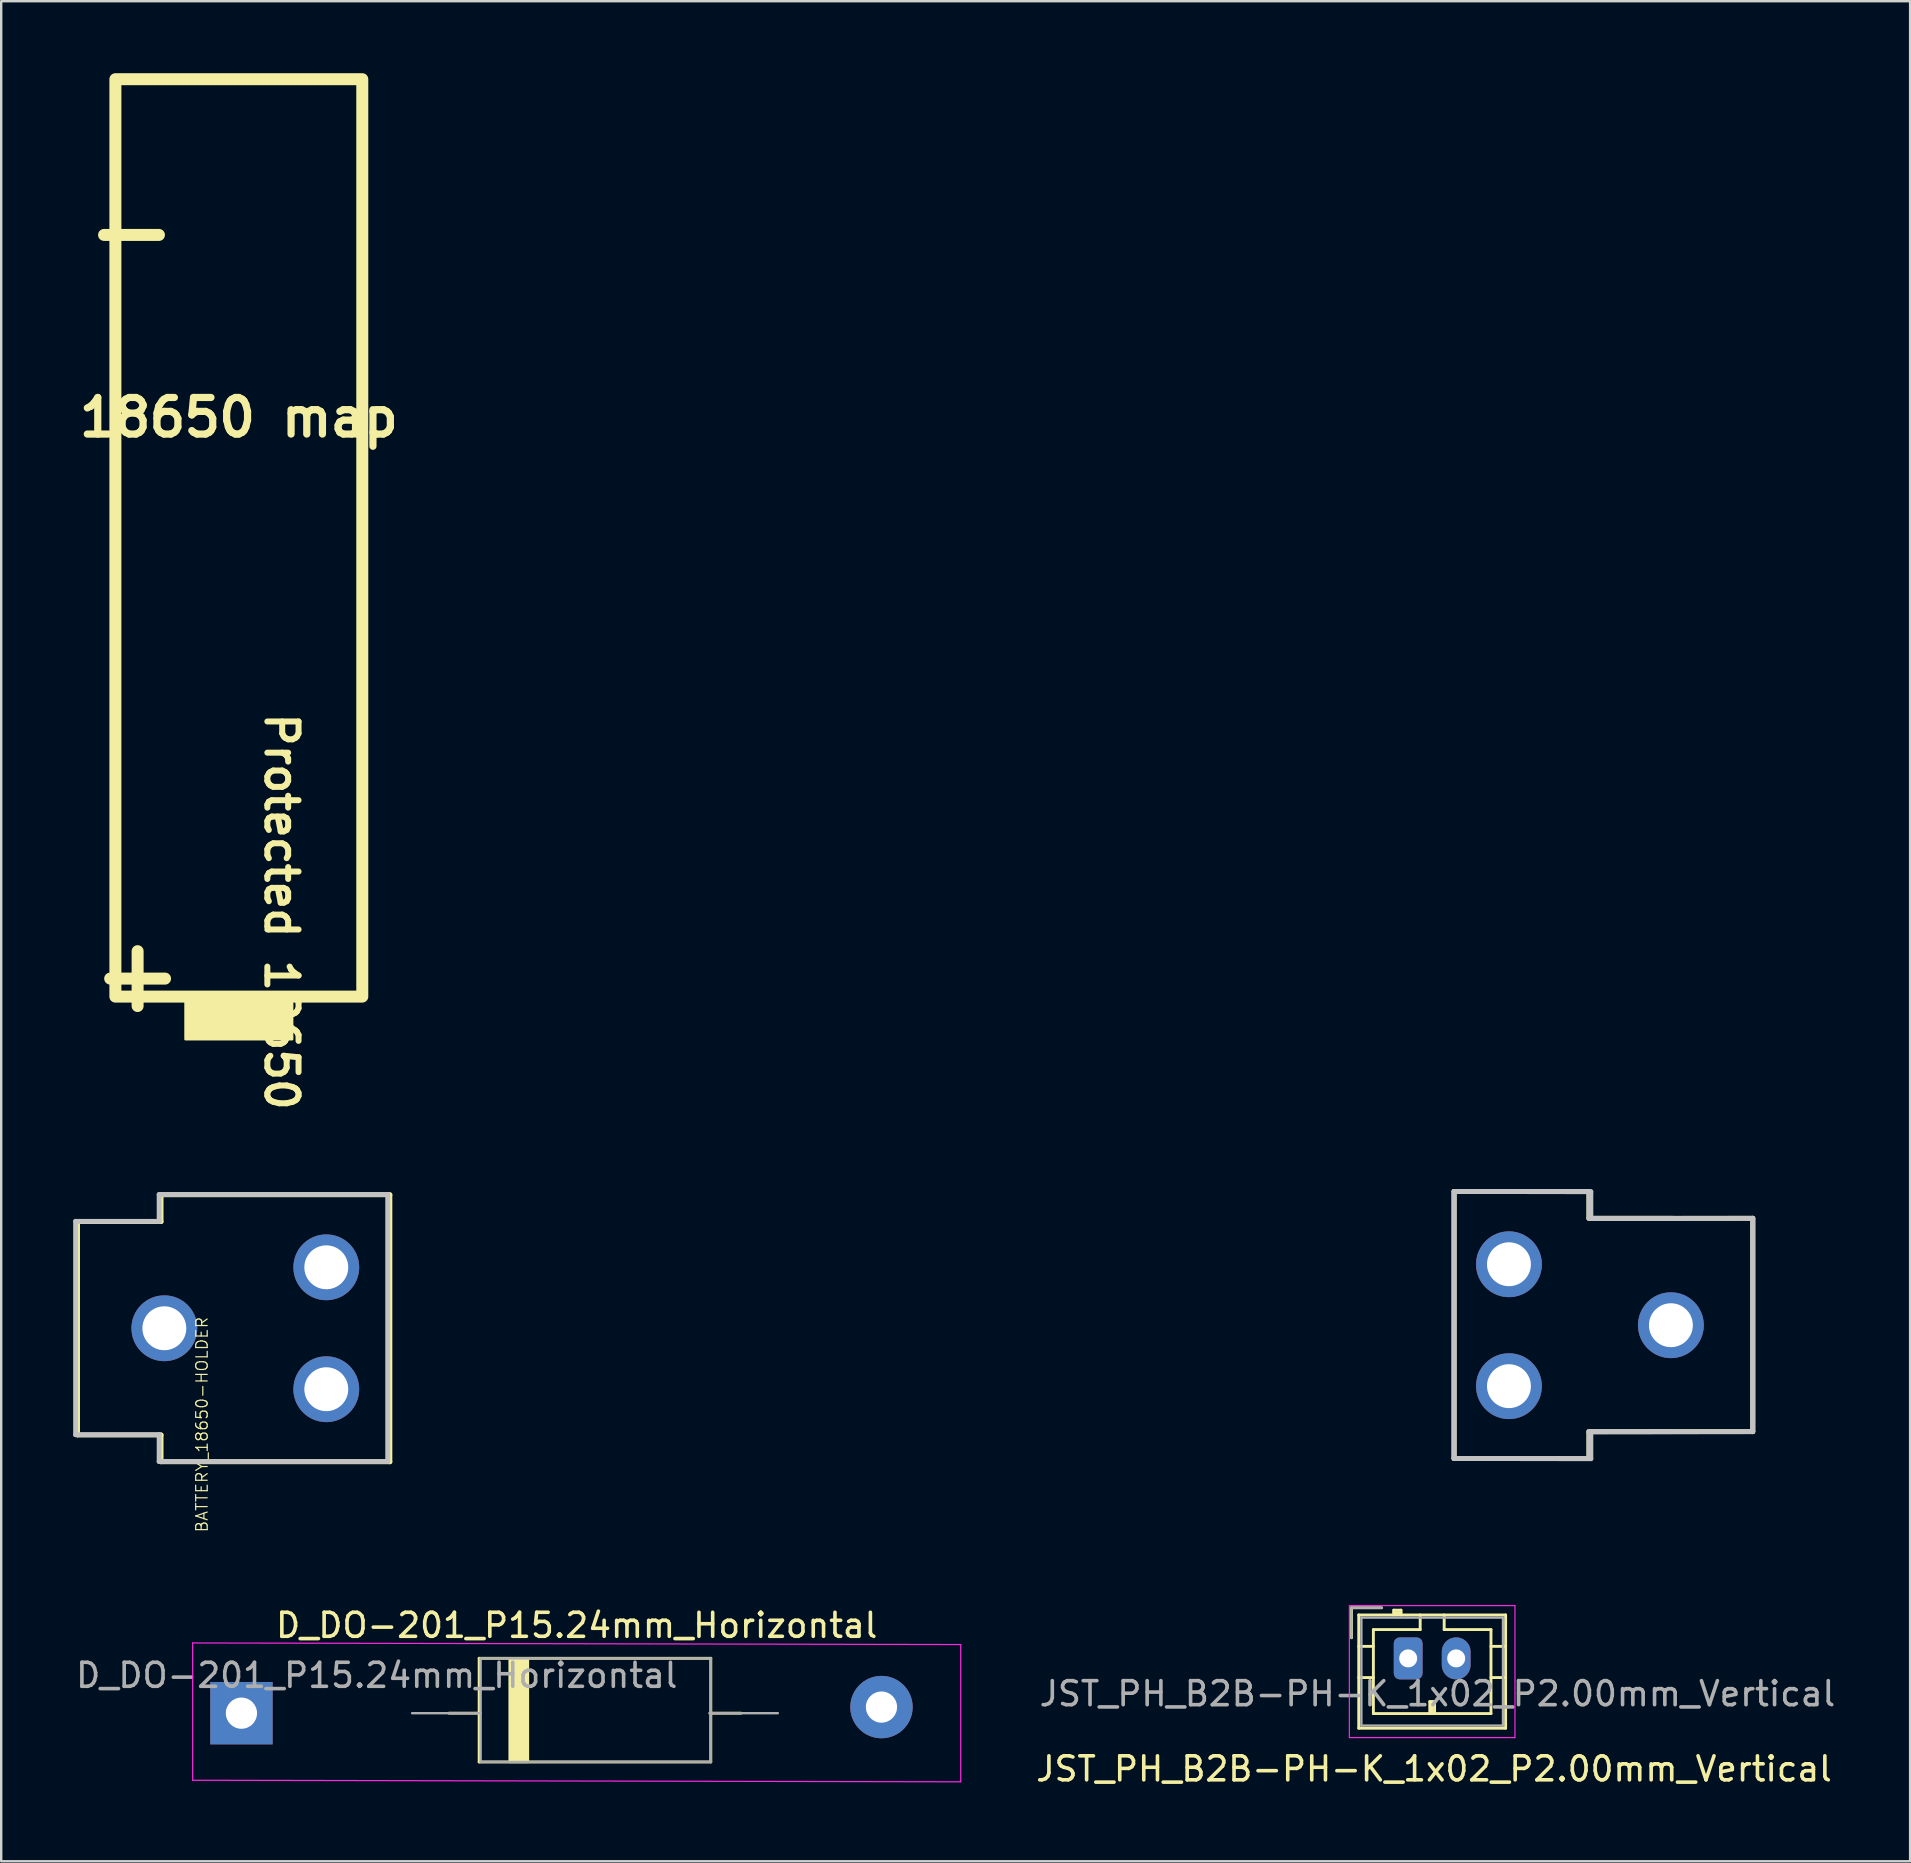
<source format=kicad_pcb>
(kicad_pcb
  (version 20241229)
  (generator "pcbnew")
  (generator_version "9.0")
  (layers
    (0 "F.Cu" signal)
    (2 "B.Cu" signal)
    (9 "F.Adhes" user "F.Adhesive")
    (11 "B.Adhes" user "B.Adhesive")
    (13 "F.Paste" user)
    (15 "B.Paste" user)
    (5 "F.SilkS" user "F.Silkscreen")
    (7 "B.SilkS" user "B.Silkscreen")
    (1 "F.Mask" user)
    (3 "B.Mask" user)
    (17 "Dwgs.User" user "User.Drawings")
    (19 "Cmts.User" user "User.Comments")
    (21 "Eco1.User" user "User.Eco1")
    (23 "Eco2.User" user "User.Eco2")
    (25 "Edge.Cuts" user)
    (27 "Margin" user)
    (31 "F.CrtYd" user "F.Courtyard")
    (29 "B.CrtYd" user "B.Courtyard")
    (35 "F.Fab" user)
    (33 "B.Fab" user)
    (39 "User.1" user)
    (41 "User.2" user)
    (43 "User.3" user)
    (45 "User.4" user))
  (footprint "18650 map"
    (layer "F.Cu")
    (at 6.902 14.347)
    (property "Reference" "18650 map" (at 0 0 0) (layer "F.SilkS") (effects (font (size 1.524 1.524) (thickness 0.3))))
    (attr through_hole)
    (fp_rect (start -5.144 -14.097) (end 5.144 24.13) (stroke (width 0.5) (type solid)) (fill no) (layer "F.SilkS"))
    (fp_rect (start -2.223 24.003) (end 2.223 25.908) (stroke (width 0.1) (type solid)) (fill yes) (layer "F.SilkS"))
    (fp_text user "-" (at -2.286 -9.144 180) (unlocked yes) (layer "F.SilkS") (effects (font (size 3 3) (thickness 0.5)) (justify left bottom)))
    (fp_text user "Protected 18650" (at 1.016 12.192 270) (unlocked yes) (layer "F.SilkS") (effects (font (size 1.3 1.3) (thickness 0.25) (bold yes)) (justify left bottom)))
    (fp_text user "+" (at -2.032 21.844 180) (unlocked yes) (layer "F.SilkS") (effects (font (size 3 3) (thickness 0.5) (bold yes)) (justify left bottom))))
  (footprint "JST_PH_B2B-PH-K_1x02_P2.00mm_Vertical"
    (layer "F.Cu")
    (at 55.627 66.053)
    (property "Reference" "JST_PH_B2B-PH-K_1x02_P2.00mm_Vertical" (at 1.077 4.605 0) (layer "F.SilkS") (effects (font (size 1 1) (thickness 0.15))))
    (attr through_hole)
    (fp_line (start -2.36 -2.11) (end -2.36 -0.86) (stroke (width 0.12) (type solid)) (layer "F.SilkS"))
    (fp_line (start -2.06 -1.81) (end -2.06 2.91) (stroke (width 0.12) (type solid)) (layer "F.SilkS"))
    (fp_line (start -2.06 -0.5) (end -1.45 -0.5) (stroke (width 0.12) (type solid)) (layer "F.SilkS"))
    (fp_line (start -2.06 0.8) (end -1.45 0.8) (stroke (width 0.12) (type solid)) (layer "F.SilkS"))
    (fp_line (start -2.06 2.91) (end 4.06 2.91) (stroke (width 0.12) (type solid)) (layer "F.SilkS"))
    (fp_line (start -1.45 -1.2) (end -1.45 2.3) (stroke (width 0.12) (type solid)) (layer "F.SilkS"))
    (fp_line (start -1.45 2.3) (end 3.45 2.3) (stroke (width 0.12) (type solid)) (layer "F.SilkS"))
    (fp_line (start -1.11 -2.11) (end -2.36 -2.11) (stroke (width 0.12) (type solid)) (layer "F.SilkS"))
    (fp_line (start -0.6 -2.01) (end -0.6 -1.81) (stroke (width 0.12) (type solid)) (layer "F.SilkS"))
    (fp_line (start -0.3 -2.01) (end -0.6 -2.01) (stroke (width 0.12) (type solid)) (layer "F.SilkS"))
    (fp_line (start -0.3 -1.91) (end -0.6 -1.91) (stroke (width 0.12) (type solid)) (layer "F.SilkS"))
    (fp_line (start -0.3 -1.81) (end -0.3 -2.01) (stroke (width 0.12) (type solid)) (layer "F.SilkS"))
    (fp_line (start 0.5 -1.81) (end 0.5 -1.2) (stroke (width 0.12) (type solid)) (layer "F.SilkS"))
    (fp_line (start 0.5 -1.2) (end -1.45 -1.2) (stroke (width 0.12) (type solid)) (layer "F.SilkS"))
    (fp_line (start 0.9 1.8) (end 1.1 1.8) (stroke (width 0.12) (type solid)) (layer "F.SilkS"))
    (fp_line (start 0.9 2.3) (end 0.9 1.8) (stroke (width 0.12) (type solid)) (layer "F.SilkS"))
    (fp_line (start 1 2.3) (end 1 1.8) (stroke (width 0.12) (type solid)) (layer "F.SilkS"))
    (fp_line (start 1.1 1.8) (end 1.1 2.3) (stroke (width 0.12) (type solid)) (layer "F.SilkS"))
    (fp_line (start 1.5 -1.2) (end 1.5 -1.81) (stroke (width 0.12) (type solid)) (layer "F.SilkS"))
    (fp_line (start 3.45 -1.2) (end 1.5 -1.2) (stroke (width 0.12) (type solid)) (layer "F.SilkS"))
    (fp_line (start 3.45 2.3) (end 3.45 -1.2) (stroke (width 0.12) (type solid)) (layer "F.SilkS"))
    (fp_line (start 4.06 -1.81) (end -2.06 -1.81) (stroke (width 0.12) (type solid)) (layer "F.SilkS"))
    (fp_line (start 4.06 -0.5) (end 3.45 -0.5) (stroke (width 0.12) (type solid)) (layer "F.SilkS"))
    (fp_line (start 4.06 0.8) (end 3.45 0.8) (stroke (width 0.12) (type solid)) (layer "F.SilkS"))
    (fp_line (start 4.06 2.91) (end 4.06 -1.81) (stroke (width 0.12) (type solid)) (layer "F.SilkS"))
    (fp_line (start -2.45 -2.2) (end -2.45 3.3) (stroke (width 0.05) (type solid)) (layer "F.CrtYd"))
    (fp_line (start -2.45 3.3) (end 4.45 3.3) (stroke (width 0.05) (type solid)) (layer "F.CrtYd"))
    (fp_line (start 4.45 -2.2) (end -2.45 -2.2) (stroke (width 0.05) (type solid)) (layer "F.CrtYd"))
    (fp_line (start 4.45 3.3) (end 4.45 -2.2) (stroke (width 0.05) (type solid)) (layer "F.CrtYd"))
    (fp_line (start -2.36 -2.11) (end -2.36 -0.86) (stroke (width 0.1) (type solid)) (layer "F.Fab"))
    (fp_line (start -1.95 -1.7) (end -1.95 2.8) (stroke (width 0.1) (type solid)) (layer "F.Fab"))
    (fp_line (start -1.95 2.8) (end 3.95 2.8) (stroke (width 0.1) (type solid)) (layer "F.Fab"))
    (fp_line (start -1.11 -2.11) (end -2.36 -2.11) (stroke (width 0.1) (type solid)) (layer "F.Fab"))
    (fp_line (start 3.95 -1.7) (end -1.95 -1.7) (stroke (width 0.1) (type solid)) (layer "F.Fab"))
    (fp_line (start 3.95 2.8) (end 3.95 -1.7) (stroke (width 0.1) (type solid)) (layer "F.Fab"))
    (fp_text user "${REFERENCE}" (at 1.219 1.473 0) (layer "F.Fab") (effects (font (size 1 1) (thickness 0.15))))
    (pad "1" thru_hole roundrect (at 0 0 180) (size 1.2 1.75) (drill 0.75) (layers "*.Cu" "*.Mask") (roundrect_rratio 0.208))
    (pad "2" thru_hole oval (at 2 0 180) (size 1.2 1.75) (drill 0.75) (layers "*.Cu" "*.Mask")))
  (footprint "BATTERY_18650-HOLDER"
    (layer "F.Cu")
    (at 34.426 52.287)
    (property "Reference" "BATTERY_18650-HOLDER" (at -29.062 4.023 90) (layer "F.SilkS") (effects (font (size 0.48 0.48) (thickness 0.05))))
    (attr through_hole)
    (fp_line (start -34.245 -4.435) (end -30.765 -4.435) (stroke (width 0.203) (type solid)) (layer "F.SilkS"))
    (fp_line (start -34.245 4.455) (end -34.245 -4.435) (stroke (width 0.203) (type solid)) (layer "F.SilkS"))
    (fp_line (start -30.765 -5.553) (end -21.23 -5.553) (stroke (width 0.203) (type solid)) (layer "F.SilkS"))
    (fp_line (start -30.765 -4.435) (end -30.765 -5.553) (stroke (width 0.203) (type solid)) (layer "F.SilkS"))
    (fp_line (start -30.765 4.455) (end -34.245 4.455) (stroke (width 0.203) (type solid)) (layer "F.SilkS"))
    (fp_line (start -30.765 5.573) (end -30.765 4.455) (stroke (width 0.203) (type solid)) (layer "F.SilkS"))
    (fp_line (start -21.23 -5.553) (end -21.23 5.573) (stroke (width 0.203) (type solid)) (layer "F.SilkS"))
    (fp_line (start -21.23 5.573) (end -30.765 5.573) (stroke (width 0.203) (type solid)) (layer "F.SilkS"))
    (fp_line (start 23.114 -5.69) (end 28.733 -5.69) (stroke (width 0.203) (type solid)) (layer "F.SilkS"))
    (fp_line (start 23.114 5.436) (end 23.114 -5.69) (stroke (width 0.203) (type solid)) (layer "F.SilkS"))
    (fp_line (start 28.733 -5.69) (end 28.733 -4.572) (stroke (width 0.203) (type solid)) (layer "F.SilkS"))
    (fp_line (start 28.733 -4.572) (end 35.56 -4.572) (stroke (width 0.203) (type solid)) (layer "F.SilkS"))
    (fp_line (start 28.733 4.318) (end 28.733 5.436) (stroke (width 0.203) (type solid)) (layer "F.SilkS"))
    (fp_line (start 28.733 5.436) (end 23.114 5.436) (stroke (width 0.203) (type solid)) (layer "F.SilkS"))
    (fp_line (start 35.56 -4.572) (end 35.56 4.318) (stroke (width 0.203) (type solid)) (layer "F.SilkS"))
    (fp_line (start 35.56 4.318) (end 28.733 4.318) (stroke (width 0.203) (type solid)) (layer "F.SilkS"))
    (fp_line (start -34.325 -4.445) (end -30.845 -4.445) (stroke (width 0.203) (type solid)) (layer "Dwgs.User"))
    (fp_line (start -34.325 4.445) (end -34.325 -4.445) (stroke (width 0.203) (type solid)) (layer "Dwgs.User"))
    (fp_line (start -30.845 -5.563) (end -21.32 -5.563) (stroke (width 0.203) (type solid)) (layer "Dwgs.User"))
    (fp_line (start -30.845 -4.445) (end -30.845 -5.563) (stroke (width 0.203) (type solid)) (layer "Dwgs.User"))
    (fp_line (start -30.845 4.445) (end -34.325 4.445) (stroke (width 0.203) (type solid)) (layer "Dwgs.User"))
    (fp_line (start -30.845 5.563) (end -30.845 4.445) (stroke (width 0.203) (type solid)) (layer "Dwgs.User"))
    (fp_line (start -21.32 -5.563) (end -21.32 5.563) (stroke (width 0.203) (type solid)) (layer "Dwgs.User"))
    (fp_line (start -21.32 5.563) (end -30.845 5.563) (stroke (width 0.203) (type solid)) (layer "Dwgs.User"))
    (fp_line (start 23.114 -5.69) (end 28.733 -5.69) (stroke (width 0.203) (type solid)) (layer "Dwgs.User"))
    (fp_line (start 23.114 -5.69) (end 28.813 -5.68) (stroke (width 0.203) (type solid)) (layer "Dwgs.User"))
    (fp_line (start 23.114 5.436) (end 23.114 -5.69) (stroke (width 0.203) (type solid)) (layer "Dwgs.User"))
    (fp_line (start 23.114 5.436) (end 23.114 -5.69) (stroke (width 0.203) (type solid)) (layer "Dwgs.User"))
    (fp_line (start 28.733 -5.69) (end 28.733 -4.572) (stroke (width 0.203) (type solid)) (layer "Dwgs.User"))
    (fp_line (start 28.733 -4.572) (end 32.213 -4.572) (stroke (width 0.203) (type solid)) (layer "Dwgs.User"))
    (fp_line (start 28.733 4.318) (end 28.733 5.436) (stroke (width 0.203) (type solid)) (layer "Dwgs.User"))
    (fp_line (start 28.733 5.436) (end 23.114 5.436) (stroke (width 0.203) (type solid)) (layer "Dwgs.User"))
    (fp_line (start 28.813 -5.68) (end 28.813 -4.562) (stroke (width 0.203) (type solid)) (layer "Dwgs.User"))
    (fp_line (start 28.813 -4.562) (end 35.56 -4.572) (stroke (width 0.203) (type solid)) (layer "Dwgs.User"))
    (fp_line (start 28.813 4.328) (end 28.813 5.446) (stroke (width 0.203) (type solid)) (layer "Dwgs.User"))
    (fp_line (start 28.813 5.446) (end 23.114 5.436) (stroke (width 0.203) (type solid)) (layer "Dwgs.User"))
    (fp_line (start 32.213 4.318) (end 28.733 4.318) (stroke (width 0.203) (type solid)) (layer "Dwgs.User"))
    (fp_line (start 35.56 -4.572) (end 35.56 4.318) (stroke (width 0.203) (type solid)) (layer "Dwgs.User"))
    (fp_line (start 35.56 -4.572) (end 35.56 4.318) (stroke (width 0.203) (type solid)) (layer "Dwgs.User"))
    (fp_line (start 35.56 4.318) (end 28.813 4.328) (stroke (width 0.203) (type solid)) (layer "Dwgs.User"))
    (pad "1" thru_hole circle (at -30.628 0.01 180) (size 2.743 2.743) (drill 1.829) (layers "*.Cu" "*.Mask"))
    (pad "1" thru_hole circle (at 32.148 -0.117) (size 2.743 2.743) (drill 1.829) (layers "*.Cu" "*.Mask"))
    (pad "PWR@2" thru_hole circle (at -23.88 -2.53 270) (size 2.743 2.743) (drill 1.829) (layers "*.Cu" "*.Mask"))
    (pad "PWR@2" thru_hole circle (at 25.4 2.423 90) (size 2.743 2.743) (drill 1.829) (layers "*.Cu" "*.Mask"))
    (pad "PWR@3" thru_hole circle (at -23.88 2.55 270) (size 2.743 2.743) (drill 1.829) (layers "*.Cu" "*.Mask"))
    (pad "PWR@3" thru_hole circle (at 25.4 -2.657 90) (size 2.743 2.743) (drill 1.829) (layers "*.Cu" "*.Mask")))
  (footprint "D_DO-201_P15.24mm_Horizontal"
    (layer "F.Cu")
    (at 13.36 68.402)
    (property "Reference" "D_DO-201_P15.24mm_Horizontal" (at 7.62 -3.725 0) (layer "F.SilkS") (effects (font (size 1 1) (thickness 0.15))))
    (attr through_hole)
    (fp_line (start 2.302 -0.066) (end 3.497 -0.066) (stroke (width 0.12) (type solid)) (layer "F.SilkS"))
    (fp_line (start 3.556 -2.352) (end 3.556 1.966) (stroke (width 0.12) (type solid)) (layer "F.SilkS"))
    (fp_line (start 3.556 1.966) (end 13.208 1.966) (stroke (width 0.12) (type solid)) (layer "F.SilkS"))
    (fp_line (start 13.208 -2.352) (end 3.556 -2.352) (stroke (width 0.12) (type solid)) (layer "F.SilkS"))
    (fp_line (start 13.208 1.966) (end 13.208 -2.352) (stroke (width 0.12) (type solid)) (layer "F.SilkS"))
    (fp_line (start 14.462 -0.066) (end 13.267 -0.066) (stroke (width 0.12) (type solid)) (layer "F.SilkS"))
    (fp_rect (start 4.826 -2.352) (end 5.588 1.966) (stroke (width 0.1) (type solid)) (fill yes) (layer "F.SilkS"))
    (fp_line (start -8.382 -2.992) (end -8.382 2.728) (stroke (width 0.05) (type solid)) (layer "F.CrtYd"))
    (fp_line (start -8.382 2.728) (end 23.622 2.794) (stroke (width 0.05) (type solid)) (layer "F.CrtYd"))
    (fp_line (start 23.622 -2.926) (end -8.382 -2.992) (stroke (width 0.05) (type solid)) (layer "F.CrtYd"))
    (fp_line (start 23.622 2.794) (end 23.622 -2.926) (stroke (width 0.05) (type solid)) (layer "F.CrtYd"))
    (fp_line (start 0.762 -0.066) (end 3.617 -0.066) (stroke (width 0.1) (type solid)) (layer "F.Fab"))
    (fp_line (start 3.617 -2.352) (end 3.617 1.966) (stroke (width 0.1) (type solid)) (layer "F.Fab"))
    (fp_line (start 3.617 1.966) (end 13.208 1.966) (stroke (width 0.1) (type solid)) (layer "F.Fab"))
    (fp_line (start 13.147 -2.352) (end 3.617 -2.352) (stroke (width 0.1) (type solid)) (layer "F.Fab"))
    (fp_line (start 13.208 1.966) (end 13.208 -2.352) (stroke (width 0.1) (type solid)) (layer "F.Fab"))
    (fp_line (start 16.002 -0.066) (end 13.147 -0.066) (stroke (width 0.1) (type solid)) (layer "F.Fab"))
    (fp_text user "${REFERENCE}" (at -0.711 -1.641 0) (layer "F.Fab") (effects (font (size 1 1) (thickness 0.15))))
    (pad "1" thru_hole rect (at -6.35 -0.066 180) (size 2.6 2.6) (drill 1.3) (layers "*.Cu" "*.Mask"))
    (pad "2" thru_hole oval (at 20.32 -0.32 180) (size 2.6 2.6) (drill 1.3) (layers "*.Cu" "*.Mask")))
  (gr_rect
    (start -3 -3)
    (end 76.542 74.507)
    (stroke (width 0.1) (type default))
    (fill no)
    (layer "Edge.Cuts")))
</source>
